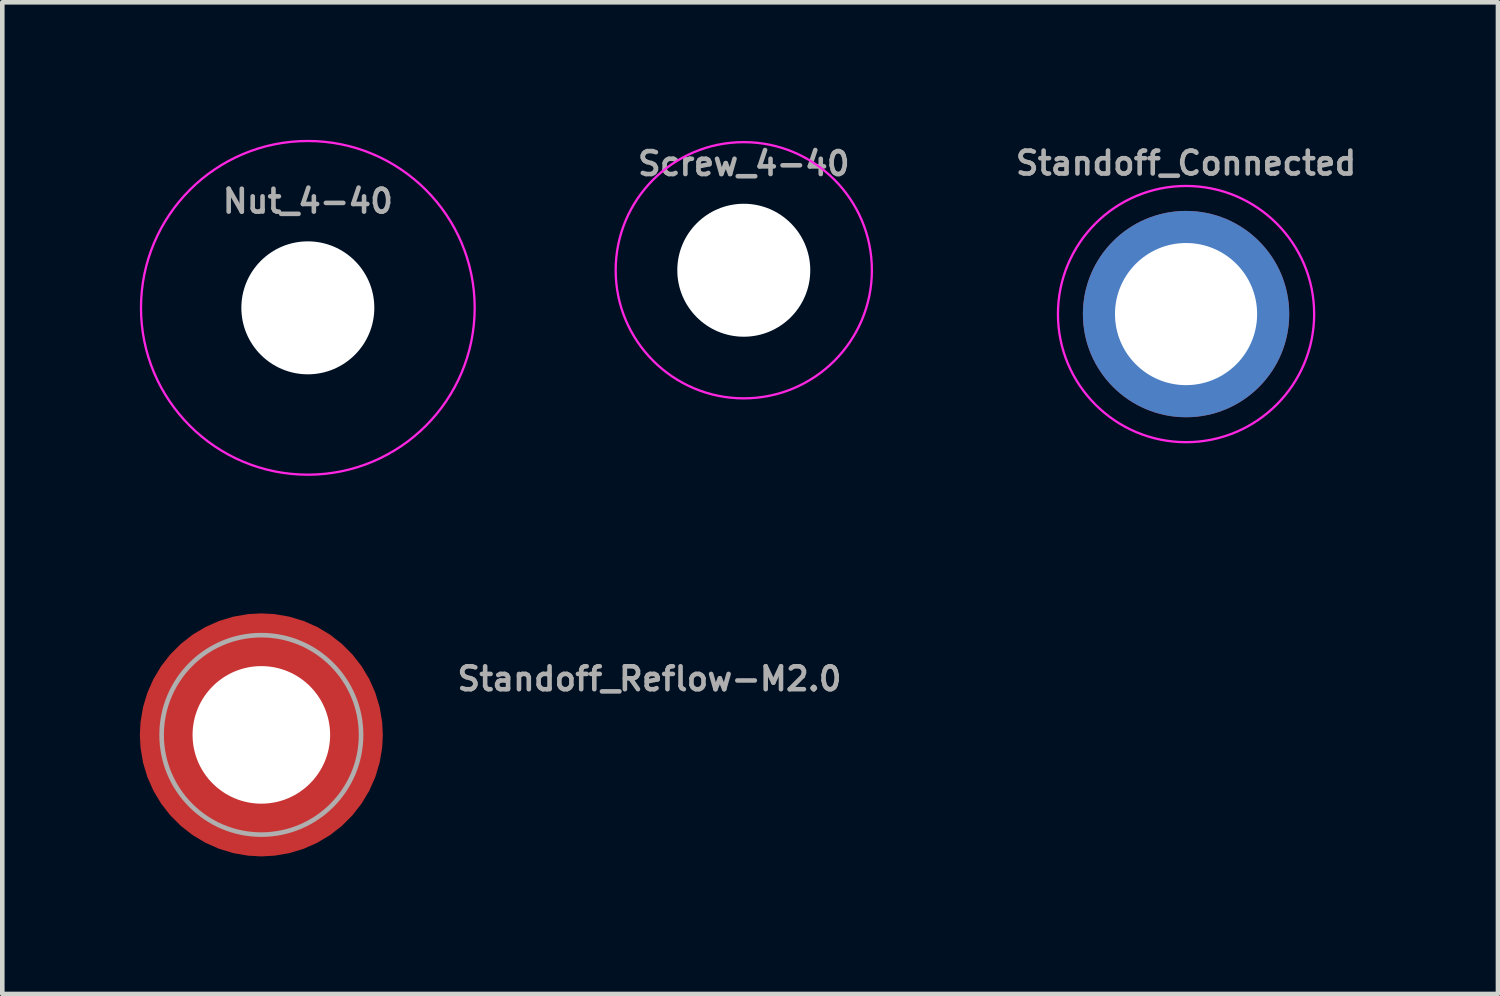
<source format=kicad_pcb>
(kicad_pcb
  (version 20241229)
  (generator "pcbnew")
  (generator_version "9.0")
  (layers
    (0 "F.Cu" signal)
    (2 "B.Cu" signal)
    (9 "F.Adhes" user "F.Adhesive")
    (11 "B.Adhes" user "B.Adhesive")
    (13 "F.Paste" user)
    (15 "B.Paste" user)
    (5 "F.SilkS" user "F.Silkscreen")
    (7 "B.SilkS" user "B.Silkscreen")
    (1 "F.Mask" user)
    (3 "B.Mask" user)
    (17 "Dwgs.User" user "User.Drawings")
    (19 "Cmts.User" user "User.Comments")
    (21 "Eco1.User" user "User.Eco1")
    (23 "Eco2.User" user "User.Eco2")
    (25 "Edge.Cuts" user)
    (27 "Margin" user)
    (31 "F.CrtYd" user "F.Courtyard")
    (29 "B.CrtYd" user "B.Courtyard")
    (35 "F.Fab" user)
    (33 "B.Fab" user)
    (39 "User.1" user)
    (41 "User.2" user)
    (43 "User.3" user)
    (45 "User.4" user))
  (footprint "Standoff_Connected"
    (layer "F.Cu")
    (at 22.818 3.8)
    (property "Reference" "Standoff_Connected" (at 0 -3 0) (layer "F.Fab") (effects (font (size 0.5 0.5) (thickness 0.1)) (justify bottom)))
    (fp_circle (center 0 0) (end 2.794 0) (stroke (width 0.05) (type solid)) (fill no) (layer "F.CrtYd"))
    (pad "1" thru_hole circle (at 0 0) (size 4.5 4.5) (drill 3.1) (layers "*.Cu" "*.Mask")))
  (footprint "Screw_4-40"
    (layer "F.Cu")
    (at 13.172 2.844)
    (property "Reference" "Screw_4-40" (at 0 -2.032 0) (layer "F.Fab") (effects (font (size 0.5 0.5) (thickness 0.1)) (justify bottom)))
    (fp_circle (center 0 0) (end 2.794 0) (stroke (width 0.05) (type solid)) (fill no) (layer "F.CrtYd"))
    (fp_circle (center 0 0) (end 2.794 0) (stroke (width 0.1) (type default)) (fill no) (layer "User.1"))
    (pad "" np_thru_hole circle (at 0 0) (size 2.9 2.9) (drill 2.9) (layers "*.Cu" "*.Mask")))
  (footprint "Standoff_Reflow-M2.0"
    (layer "F.Cu")
    (at 2.65 12.978)
    (property "Reference" "Standoff_Reflow-M2.0" (at 4.22 -0.93 0) (layer "F.Fab") (effects (font (size 0.5 0.5) (thickness 0.1)) (justify left bottom)))
    (fp_poly (pts (xy -1.505 0.354) (xy -1.485 0.429) (xy -1.455 0.523) (xy -1.415 0.623) (xy -1.351 0.753) (xy -1.306 0.827) (xy -1.251 0.907) (xy -1.201 0.972) (xy -1.141 1.042) (xy -1.022 1.161) (xy -0.967 1.206) (xy -0.887 1.266) (xy -0.812 1.316) (xy -0.743 1.356) (xy -0.643 1.405) (xy -0.573 1.435) (xy -0.508 1.46) (xy -0.429 1.485) (xy -0.354 1.505) (xy -0.295 1.516) (xy -0.295 2.545) (xy -0.361 2.54) (xy -0.426 2.53) (xy -0.511 2.515) (xy -0.601 2.495) (xy -0.751 2.455) (xy -0.827 2.43) (xy -0.897 2.405) (xy -0.972 2.375) (xy -1.042 2.345) (xy -1.117 2.31) (xy -1.167 2.284) (xy -1.252 2.239) (xy -1.323 2.199) (xy -1.393 2.154) (xy -1.468 2.104) (xy -1.563 2.034) (xy -1.658 1.959) (xy -1.718 1.904) (xy -1.788 1.839) (xy -1.849 1.778) (xy -1.909 1.713) (xy -1.959 1.658) (xy -2.014 1.588) (xy -2.064 1.523) (xy -2.114 1.453) (xy -2.164 1.378) (xy -2.204 1.313) (xy -2.249 1.232) (xy -2.289 1.157) (xy -2.33 1.077) (xy -2.365 0.997) (xy -2.395 0.922) (xy -2.42 0.857) (xy -2.45 0.761) (xy -2.48 0.661) (xy -2.505 0.561) (xy -2.52 0.486) (xy -2.53 0.426) (xy -2.54 0.361) (xy -2.545 0.295) (xy -1.516 0.295)) (stroke (width 0) (type default)) (fill yes) (layer "F.Paste"))
    (fp_poly (pts (xy -0.295 -1.516) (xy -0.354 -1.505) (xy -0.429 -1.485) (xy -0.523 -1.455) (xy -0.623 -1.415) (xy -0.753 -1.351) (xy -0.827 -1.306) (xy -0.907 -1.251) (xy -0.972 -1.201) (xy -1.042 -1.141) (xy -1.161 -1.022) (xy -1.206 -0.967) (xy -1.266 -0.887) (xy -1.316 -0.812) (xy -1.356 -0.743) (xy -1.405 -0.643) (xy -1.435 -0.573) (xy -1.46 -0.508) (xy -1.485 -0.429) (xy -1.505 -0.354) (xy -1.516 -0.295) (xy -2.545 -0.295) (xy -2.54 -0.361) (xy -2.53 -0.426) (xy -2.515 -0.511) (xy -2.495 -0.601) (xy -2.455 -0.751) (xy -2.43 -0.827) (xy -2.405 -0.897) (xy -2.375 -0.972) (xy -2.345 -1.042) (xy -2.31 -1.117) (xy -2.284 -1.167) (xy -2.239 -1.252) (xy -2.199 -1.323) (xy -2.154 -1.393) (xy -2.104 -1.468) (xy -2.034 -1.563) (xy -1.959 -1.658) (xy -1.904 -1.718) (xy -1.839 -1.788) (xy -1.778 -1.849) (xy -1.713 -1.909) (xy -1.658 -1.959) (xy -1.588 -2.014) (xy -1.523 -2.064) (xy -1.453 -2.114) (xy -1.378 -2.164) (xy -1.313 -2.204) (xy -1.232 -2.249) (xy -1.157 -2.289) (xy -1.077 -2.33) (xy -0.997 -2.365) (xy -0.922 -2.395) (xy -0.857 -2.42) (xy -0.761 -2.45) (xy -0.661 -2.48) (xy -0.561 -2.505) (xy -0.486 -2.52) (xy -0.426 -2.53) (xy -0.361 -2.54) (xy -0.295 -2.545)) (stroke (width 0) (type default)) (fill yes) (layer "F.Paste"))
    (fp_poly (pts (xy 0.361 -2.54) (xy 0.426 -2.53) (xy 0.511 -2.515) (xy 0.601 -2.495) (xy 0.751 -2.455) (xy 0.827 -2.43) (xy 0.897 -2.405) (xy 0.972 -2.375) (xy 1.042 -2.345) (xy 1.117 -2.31) (xy 1.167 -2.284) (xy 1.252 -2.239) (xy 1.323 -2.199) (xy 1.393 -2.154) (xy 1.468 -2.104) (xy 1.563 -2.034) (xy 1.658 -1.959) (xy 1.718 -1.904) (xy 1.788 -1.839) (xy 1.849 -1.778) (xy 1.909 -1.713) (xy 1.959 -1.658) (xy 2.014 -1.588) (xy 2.064 -1.523) (xy 2.114 -1.453) (xy 2.164 -1.378) (xy 2.204 -1.313) (xy 2.249 -1.232) (xy 2.289 -1.157) (xy 2.33 -1.077) (xy 2.365 -0.997) (xy 2.395 -0.922) (xy 2.42 -0.857) (xy 2.45 -0.761) (xy 2.48 -0.661) (xy 2.505 -0.561) (xy 2.52 -0.486) (xy 2.53 -0.426) (xy 2.54 -0.361) (xy 2.545 -0.295) (xy 1.516 -0.295) (xy 1.505 -0.354) (xy 1.485 -0.429) (xy 1.455 -0.523) (xy 1.415 -0.623) (xy 1.351 -0.753) (xy 1.306 -0.827) (xy 1.251 -0.907) (xy 1.201 -0.972) (xy 1.141 -1.042) (xy 1.022 -1.161) (xy 0.967 -1.206) (xy 0.887 -1.266) (xy 0.812 -1.316) (xy 0.743 -1.356) (xy 0.643 -1.405) (xy 0.573 -1.435) (xy 0.508 -1.46) (xy 0.429 -1.485) (xy 0.354 -1.505) (xy 0.295 -1.516) (xy 0.295 -2.545)) (stroke (width 0) (type default)) (fill yes) (layer "F.Paste"))
    (fp_poly (pts (xy 2.54 0.361) (xy 2.53 0.426) (xy 2.515 0.511) (xy 2.495 0.601) (xy 2.455 0.751) (xy 2.43 0.827) (xy 2.405 0.897) (xy 2.375 0.972) (xy 2.345 1.042) (xy 2.31 1.117) (xy 2.284 1.167) (xy 2.239 1.252) (xy 2.199 1.323) (xy 2.154 1.393) (xy 2.104 1.468) (xy 2.034 1.563) (xy 1.959 1.658) (xy 1.904 1.718) (xy 1.839 1.788) (xy 1.778 1.849) (xy 1.713 1.909) (xy 1.658 1.959) (xy 1.588 2.014) (xy 1.523 2.064) (xy 1.453 2.114) (xy 1.378 2.164) (xy 1.313 2.204) (xy 1.232 2.249) (xy 1.157 2.289) (xy 1.077 2.33) (xy 0.997 2.365) (xy 0.922 2.395) (xy 0.857 2.42) (xy 0.761 2.45) (xy 0.661 2.48) (xy 0.561 2.505) (xy 0.486 2.52) (xy 0.426 2.53) (xy 0.361 2.54) (xy 0.295 2.545) (xy 0.295 1.516) (xy 0.354 1.505) (xy 0.429 1.485) (xy 0.523 1.455) (xy 0.623 1.415) (xy 0.753 1.351) (xy 0.827 1.306) (xy 0.907 1.251) (xy 0.972 1.201) (xy 1.042 1.141) (xy 1.161 1.022) (xy 1.206 0.967) (xy 1.266 0.887) (xy 1.316 0.812) (xy 1.356 0.743) (xy 1.405 0.643) (xy 1.435 0.573) (xy 1.46 0.508) (xy 1.485 0.429) (xy 1.505 0.354) (xy 1.516 0.295) (xy 2.545 0.295)) (stroke (width 0) (type default)) (fill yes) (layer "F.Paste"))
    (fp_circle (center 0 0) (end 2.175 0) (stroke (width 0.1) (type solid)) (fill no) (layer "F.Fab"))
    (pad "" np_thru_hole circle (at 0 0) (size 3 3) (drill 3) (layers "*.Cu" "*.Mask"))
    (pad "1" smd roundrect (at 0 0) (size 5.3 5.3) (layers "F.Cu" "F.Mask") (roundrect_rratio 0.5)))
  (footprint "Nut_4-40"
    (layer "F.Cu")
    (at 3.664 3.664)
    (property "Reference" "Nut_4-40" (at 0 -2.032 0) (layer "F.Fab") (effects (font (size 0.5 0.5) (thickness 0.1)) (justify bottom)))
    (fp_circle (center 0 0) (end 3.639 0) (stroke (width 0.05) (type solid)) (fill no) (layer "F.CrtYd"))
    (fp_line (start -3.581 0) (end -1.753 -3.175) (stroke (width 0.1) (type default)) (layer "User.1"))
    (fp_line (start -3.581 0) (end -1.753 3.175) (stroke (width 0.1) (type default)) (layer "User.1"))
    (fp_line (start -1.753 -3.175) (end 1.753 -3.175) (stroke (width 0.1) (type default)) (layer "User.1"))
    (fp_line (start -1.753 3.175) (end 1.753 3.175) (stroke (width 0.1) (type default)) (layer "User.1"))
    (fp_line (start 1.753 -3.175) (end 3.581 0) (stroke (width 0.1) (type default)) (layer "User.1"))
    (fp_line (start 1.753 3.175) (end 3.581 0) (stroke (width 0.1) (type default)) (layer "User.1"))
    (pad "" np_thru_hole circle (at 0 0) (size 2.9 2.9) (drill 2.9) (layers "*.Cu" "*.Mask")))
  (gr_rect
    (start -3 -3)
    (end 29.621 18.628)
    (stroke (width 0.1) (type default))
    (fill no)
    (layer "Edge.Cuts")))
</source>
